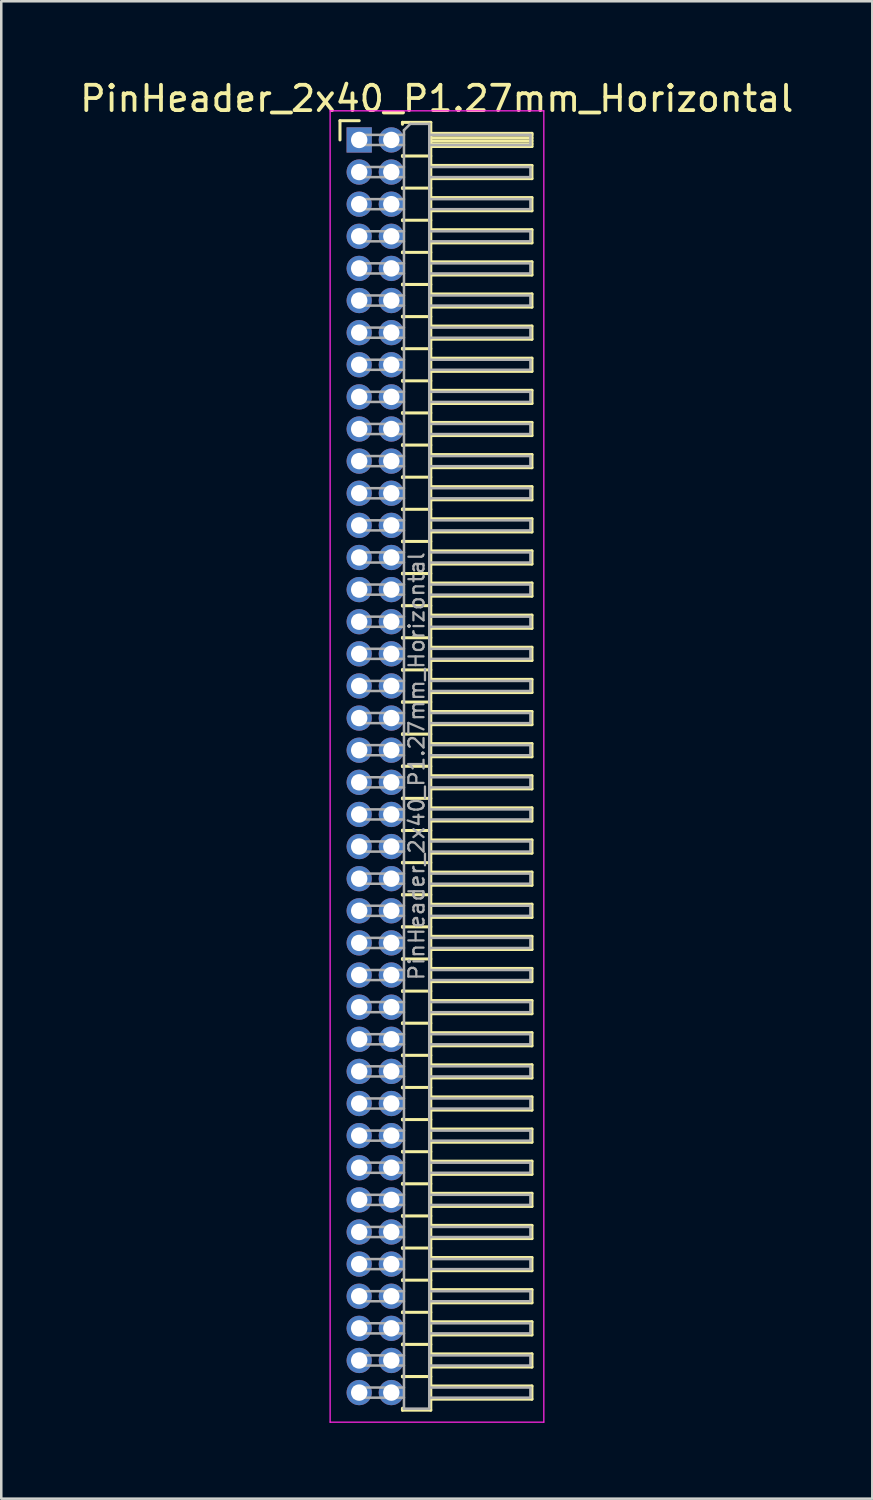
<source format=kicad_pcb>
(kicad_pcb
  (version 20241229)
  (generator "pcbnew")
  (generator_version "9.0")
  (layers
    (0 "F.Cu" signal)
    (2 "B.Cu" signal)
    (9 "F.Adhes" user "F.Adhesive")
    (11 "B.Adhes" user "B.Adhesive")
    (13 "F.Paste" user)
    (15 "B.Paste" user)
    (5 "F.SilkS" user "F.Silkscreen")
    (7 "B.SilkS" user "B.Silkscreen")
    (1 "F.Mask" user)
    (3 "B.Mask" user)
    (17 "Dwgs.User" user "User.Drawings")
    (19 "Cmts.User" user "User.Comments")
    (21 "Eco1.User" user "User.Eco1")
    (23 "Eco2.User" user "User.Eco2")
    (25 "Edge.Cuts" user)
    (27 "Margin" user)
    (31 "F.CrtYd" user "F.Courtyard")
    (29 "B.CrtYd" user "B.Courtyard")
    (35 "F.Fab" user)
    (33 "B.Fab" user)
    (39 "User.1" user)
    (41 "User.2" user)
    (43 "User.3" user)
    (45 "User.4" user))
  (footprint "PinHeader_2x40_P1.27mm_Horizontal"
    (layer "F.Cu")
    (at 11.153 2.483)
    (property "Reference" "PinHeader_2x40_P1.27mm_Horizontal" (at 3.067 -1.635 0) (layer "F.SilkS") (effects (font (size 1 1) (thickness 0.15))))
    (attr through_hole)
    (fp_line (start -0.76 -0.76) (end 0 -0.76) (stroke (width 0.12) (type solid)) (layer "F.SilkS"))
    (fp_line (start -0.76 0) (end -0.76 -0.76) (stroke (width 0.12) (type solid)) (layer "F.SilkS"))
    (fp_line (start 1.71 -0.695) (end 2.83 -0.695) (stroke (width 0.12) (type solid)) (layer "F.SilkS"))
    (fp_line (start 1.71 -0.62) (end 1.71 -0.695) (stroke (width 0.12) (type solid)) (layer "F.SilkS"))
    (fp_line (start 1.71 0.62) (end 1.71 0.65) (stroke (width 0.12) (type solid)) (layer "F.SilkS"))
    (fp_line (start 1.71 0.635) (end 2.83 0.635) (stroke (width 0.12) (type solid)) (layer "F.SilkS"))
    (fp_line (start 1.71 1.89) (end 1.71 1.92) (stroke (width 0.12) (type solid)) (layer "F.SilkS"))
    (fp_line (start 1.71 1.905) (end 2.83 1.905) (stroke (width 0.12) (type solid)) (layer "F.SilkS"))
    (fp_line (start 1.71 3.16) (end 1.71 3.19) (stroke (width 0.12) (type solid)) (layer "F.SilkS"))
    (fp_line (start 1.71 3.175) (end 2.83 3.175) (stroke (width 0.12) (type solid)) (layer "F.SilkS"))
    (fp_line (start 1.71 4.43) (end 1.71 4.46) (stroke (width 0.12) (type solid)) (layer "F.SilkS"))
    (fp_line (start 1.71 4.445) (end 2.83 4.445) (stroke (width 0.12) (type solid)) (layer "F.SilkS"))
    (fp_line (start 1.71 5.7) (end 1.71 5.73) (stroke (width 0.12) (type solid)) (layer "F.SilkS"))
    (fp_line (start 1.71 5.715) (end 2.83 5.715) (stroke (width 0.12) (type solid)) (layer "F.SilkS"))
    (fp_line (start 1.71 6.97) (end 1.71 7) (stroke (width 0.12) (type solid)) (layer "F.SilkS"))
    (fp_line (start 1.71 6.985) (end 2.83 6.985) (stroke (width 0.12) (type solid)) (layer "F.SilkS"))
    (fp_line (start 1.71 8.24) (end 1.71 8.27) (stroke (width 0.12) (type solid)) (layer "F.SilkS"))
    (fp_line (start 1.71 8.255) (end 2.83 8.255) (stroke (width 0.12) (type solid)) (layer "F.SilkS"))
    (fp_line (start 1.71 9.51) (end 1.71 9.54) (stroke (width 0.12) (type solid)) (layer "F.SilkS"))
    (fp_line (start 1.71 9.525) (end 2.83 9.525) (stroke (width 0.12) (type solid)) (layer "F.SilkS"))
    (fp_line (start 1.71 10.78) (end 1.71 10.81) (stroke (width 0.12) (type solid)) (layer "F.SilkS"))
    (fp_line (start 1.71 10.795) (end 2.83 10.795) (stroke (width 0.12) (type solid)) (layer "F.SilkS"))
    (fp_line (start 1.71 12.05) (end 1.71 12.08) (stroke (width 0.12) (type solid)) (layer "F.SilkS"))
    (fp_line (start 1.71 12.065) (end 2.83 12.065) (stroke (width 0.12) (type solid)) (layer "F.SilkS"))
    (fp_line (start 1.71 13.32) (end 1.71 13.35) (stroke (width 0.12) (type solid)) (layer "F.SilkS"))
    (fp_line (start 1.71 13.335) (end 2.83 13.335) (stroke (width 0.12) (type solid)) (layer "F.SilkS"))
    (fp_line (start 1.71 14.59) (end 1.71 14.62) (stroke (width 0.12) (type solid)) (layer "F.SilkS"))
    (fp_line (start 1.71 14.605) (end 2.83 14.605) (stroke (width 0.12) (type solid)) (layer "F.SilkS"))
    (fp_line (start 1.71 15.86) (end 1.71 15.89) (stroke (width 0.12) (type solid)) (layer "F.SilkS"))
    (fp_line (start 1.71 15.875) (end 2.83 15.875) (stroke (width 0.12) (type solid)) (layer "F.SilkS"))
    (fp_line (start 1.71 17.13) (end 1.71 17.16) (stroke (width 0.12) (type solid)) (layer "F.SilkS"))
    (fp_line (start 1.71 17.145) (end 2.83 17.145) (stroke (width 0.12) (type solid)) (layer "F.SilkS"))
    (fp_line (start 1.71 18.4) (end 1.71 18.43) (stroke (width 0.12) (type solid)) (layer "F.SilkS"))
    (fp_line (start 1.71 18.415) (end 2.83 18.415) (stroke (width 0.12) (type solid)) (layer "F.SilkS"))
    (fp_line (start 1.71 19.67) (end 1.71 19.7) (stroke (width 0.12) (type solid)) (layer "F.SilkS"))
    (fp_line (start 1.71 19.685) (end 2.83 19.685) (stroke (width 0.12) (type solid)) (layer "F.SilkS"))
    (fp_line (start 1.71 20.94) (end 1.71 20.97) (stroke (width 0.12) (type solid)) (layer "F.SilkS"))
    (fp_line (start 1.71 20.955) (end 2.83 20.955) (stroke (width 0.12) (type solid)) (layer "F.SilkS"))
    (fp_line (start 1.71 22.21) (end 1.71 22.24) (stroke (width 0.12) (type solid)) (layer "F.SilkS"))
    (fp_line (start 1.71 22.225) (end 2.83 22.225) (stroke (width 0.12) (type solid)) (layer "F.SilkS"))
    (fp_line (start 1.71 23.48) (end 1.71 23.51) (stroke (width 0.12) (type solid)) (layer "F.SilkS"))
    (fp_line (start 1.71 23.495) (end 2.83 23.495) (stroke (width 0.12) (type solid)) (layer "F.SilkS"))
    (fp_line (start 1.71 24.75) (end 1.71 24.78) (stroke (width 0.12) (type solid)) (layer "F.SilkS"))
    (fp_line (start 1.71 24.765) (end 2.83 24.765) (stroke (width 0.12) (type solid)) (layer "F.SilkS"))
    (fp_line (start 1.71 26.02) (end 1.71 26.05) (stroke (width 0.12) (type solid)) (layer "F.SilkS"))
    (fp_line (start 1.71 26.035) (end 2.83 26.035) (stroke (width 0.12) (type solid)) (layer "F.SilkS"))
    (fp_line (start 1.71 27.29) (end 1.71 27.32) (stroke (width 0.12) (type solid)) (layer "F.SilkS"))
    (fp_line (start 1.71 27.305) (end 2.83 27.305) (stroke (width 0.12) (type solid)) (layer "F.SilkS"))
    (fp_line (start 1.71 28.56) (end 1.71 28.59) (stroke (width 0.12) (type solid)) (layer "F.SilkS"))
    (fp_line (start 1.71 28.575) (end 2.83 28.575) (stroke (width 0.12) (type solid)) (layer "F.SilkS"))
    (fp_line (start 1.71 29.83) (end 1.71 29.86) (stroke (width 0.12) (type solid)) (layer "F.SilkS"))
    (fp_line (start 1.71 29.845) (end 2.83 29.845) (stroke (width 0.12) (type solid)) (layer "F.SilkS"))
    (fp_line (start 1.71 31.1) (end 1.71 31.13) (stroke (width 0.12) (type solid)) (layer "F.SilkS"))
    (fp_line (start 1.71 31.115) (end 2.83 31.115) (stroke (width 0.12) (type solid)) (layer "F.SilkS"))
    (fp_line (start 1.71 32.37) (end 1.71 32.4) (stroke (width 0.12) (type solid)) (layer "F.SilkS"))
    (fp_line (start 1.71 32.385) (end 2.83 32.385) (stroke (width 0.12) (type solid)) (layer "F.SilkS"))
    (fp_line (start 1.71 33.64) (end 1.71 33.67) (stroke (width 0.12) (type solid)) (layer "F.SilkS"))
    (fp_line (start 1.71 33.655) (end 2.83 33.655) (stroke (width 0.12) (type solid)) (layer "F.SilkS"))
    (fp_line (start 1.71 34.91) (end 1.71 34.94) (stroke (width 0.12) (type solid)) (layer "F.SilkS"))
    (fp_line (start 1.71 34.925) (end 2.83 34.925) (stroke (width 0.12) (type solid)) (layer "F.SilkS"))
    (fp_line (start 1.71 36.18) (end 1.71 36.21) (stroke (width 0.12) (type solid)) (layer "F.SilkS"))
    (fp_line (start 1.71 36.195) (end 2.83 36.195) (stroke (width 0.12) (type solid)) (layer "F.SilkS"))
    (fp_line (start 1.71 37.45) (end 1.71 37.48) (stroke (width 0.12) (type solid)) (layer "F.SilkS"))
    (fp_line (start 1.71 37.465) (end 2.83 37.465) (stroke (width 0.12) (type solid)) (layer "F.SilkS"))
    (fp_line (start 1.71 38.72) (end 1.71 38.75) (stroke (width 0.12) (type solid)) (layer "F.SilkS"))
    (fp_line (start 1.71 38.735) (end 2.83 38.735) (stroke (width 0.12) (type solid)) (layer "F.SilkS"))
    (fp_line (start 1.71 39.99) (end 1.71 40.02) (stroke (width 0.12) (type solid)) (layer "F.SilkS"))
    (fp_line (start 1.71 40.005) (end 2.83 40.005) (stroke (width 0.12) (type solid)) (layer "F.SilkS"))
    (fp_line (start 1.71 41.26) (end 1.71 41.29) (stroke (width 0.12) (type solid)) (layer "F.SilkS"))
    (fp_line (start 1.71 41.275) (end 2.83 41.275) (stroke (width 0.12) (type solid)) (layer "F.SilkS"))
    (fp_line (start 1.71 42.53) (end 1.71 42.56) (stroke (width 0.12) (type solid)) (layer "F.SilkS"))
    (fp_line (start 1.71 42.545) (end 2.83 42.545) (stroke (width 0.12) (type solid)) (layer "F.SilkS"))
    (fp_line (start 1.71 43.8) (end 1.71 43.83) (stroke (width 0.12) (type solid)) (layer "F.SilkS"))
    (fp_line (start 1.71 43.815) (end 2.83 43.815) (stroke (width 0.12) (type solid)) (layer "F.SilkS"))
    (fp_line (start 1.71 45.07) (end 1.71 45.1) (stroke (width 0.12) (type solid)) (layer "F.SilkS"))
    (fp_line (start 1.71 45.085) (end 2.83 45.085) (stroke (width 0.12) (type solid)) (layer "F.SilkS"))
    (fp_line (start 1.71 46.34) (end 1.71 46.37) (stroke (width 0.12) (type solid)) (layer "F.SilkS"))
    (fp_line (start 1.71 46.355) (end 2.83 46.355) (stroke (width 0.12) (type solid)) (layer "F.SilkS"))
    (fp_line (start 1.71 47.61) (end 1.71 47.64) (stroke (width 0.12) (type solid)) (layer "F.SilkS"))
    (fp_line (start 1.71 47.625) (end 2.83 47.625) (stroke (width 0.12) (type solid)) (layer "F.SilkS"))
    (fp_line (start 1.71 48.88) (end 1.71 48.91) (stroke (width 0.12) (type solid)) (layer "F.SilkS"))
    (fp_line (start 1.71 48.895) (end 2.83 48.895) (stroke (width 0.12) (type solid)) (layer "F.SilkS"))
    (fp_line (start 1.71 50.225) (end 1.71 50.15) (stroke (width 0.12) (type solid)) (layer "F.SilkS"))
    (fp_line (start 2.83 -0.695) (end 2.83 50.225) (stroke (width 0.12) (type solid)) (layer "F.SilkS"))
    (fp_line (start 2.83 -0.26) (end 6.83 -0.26) (stroke (width 0.12) (type solid)) (layer "F.SilkS"))
    (fp_line (start 2.83 -0.2) (end 6.83 -0.2) (stroke (width 0.12) (type solid)) (layer "F.SilkS"))
    (fp_line (start 2.83 -0.08) (end 6.83 -0.08) (stroke (width 0.12) (type solid)) (layer "F.SilkS"))
    (fp_line (start 2.83 0.04) (end 6.83 0.04) (stroke (width 0.12) (type solid)) (layer "F.SilkS"))
    (fp_line (start 2.83 0.16) (end 6.83 0.16) (stroke (width 0.12) (type solid)) (layer "F.SilkS"))
    (fp_line (start 2.83 1.01) (end 6.83 1.01) (stroke (width 0.12) (type solid)) (layer "F.SilkS"))
    (fp_line (start 2.83 2.28) (end 6.83 2.28) (stroke (width 0.12) (type solid)) (layer "F.SilkS"))
    (fp_line (start 2.83 3.55) (end 6.83 3.55) (stroke (width 0.12) (type solid)) (layer "F.SilkS"))
    (fp_line (start 2.83 4.82) (end 6.83 4.82) (stroke (width 0.12) (type solid)) (layer "F.SilkS"))
    (fp_line (start 2.83 6.09) (end 6.83 6.09) (stroke (width 0.12) (type solid)) (layer "F.SilkS"))
    (fp_line (start 2.83 7.36) (end 6.83 7.36) (stroke (width 0.12) (type solid)) (layer "F.SilkS"))
    (fp_line (start 2.83 8.63) (end 6.83 8.63) (stroke (width 0.12) (type solid)) (layer "F.SilkS"))
    (fp_line (start 2.83 9.9) (end 6.83 9.9) (stroke (width 0.12) (type solid)) (layer "F.SilkS"))
    (fp_line (start 2.83 11.17) (end 6.83 11.17) (stroke (width 0.12) (type solid)) (layer "F.SilkS"))
    (fp_line (start 2.83 12.44) (end 6.83 12.44) (stroke (width 0.12) (type solid)) (layer "F.SilkS"))
    (fp_line (start 2.83 13.71) (end 6.83 13.71) (stroke (width 0.12) (type solid)) (layer "F.SilkS"))
    (fp_line (start 2.83 14.98) (end 6.83 14.98) (stroke (width 0.12) (type solid)) (layer "F.SilkS"))
    (fp_line (start 2.83 16.25) (end 6.83 16.25) (stroke (width 0.12) (type solid)) (layer "F.SilkS"))
    (fp_line (start 2.83 17.52) (end 6.83 17.52) (stroke (width 0.12) (type solid)) (layer "F.SilkS"))
    (fp_line (start 2.83 18.79) (end 6.83 18.79) (stroke (width 0.12) (type solid)) (layer "F.SilkS"))
    (fp_line (start 2.83 20.06) (end 6.83 20.06) (stroke (width 0.12) (type solid)) (layer "F.SilkS"))
    (fp_line (start 2.83 21.33) (end 6.83 21.33) (stroke (width 0.12) (type solid)) (layer "F.SilkS"))
    (fp_line (start 2.83 22.6) (end 6.83 22.6) (stroke (width 0.12) (type solid)) (layer "F.SilkS"))
    (fp_line (start 2.83 23.87) (end 6.83 23.87) (stroke (width 0.12) (type solid)) (layer "F.SilkS"))
    (fp_line (start 2.83 25.14) (end 6.83 25.14) (stroke (width 0.12) (type solid)) (layer "F.SilkS"))
    (fp_line (start 2.83 26.41) (end 6.83 26.41) (stroke (width 0.12) (type solid)) (layer "F.SilkS"))
    (fp_line (start 2.83 27.68) (end 6.83 27.68) (stroke (width 0.12) (type solid)) (layer "F.SilkS"))
    (fp_line (start 2.83 28.95) (end 6.83 28.95) (stroke (width 0.12) (type solid)) (layer "F.SilkS"))
    (fp_line (start 2.83 30.22) (end 6.83 30.22) (stroke (width 0.12) (type solid)) (layer "F.SilkS"))
    (fp_line (start 2.83 31.49) (end 6.83 31.49) (stroke (width 0.12) (type solid)) (layer "F.SilkS"))
    (fp_line (start 2.83 32.76) (end 6.83 32.76) (stroke (width 0.12) (type solid)) (layer "F.SilkS"))
    (fp_line (start 2.83 34.03) (end 6.83 34.03) (stroke (width 0.12) (type solid)) (layer "F.SilkS"))
    (fp_line (start 2.83 35.3) (end 6.83 35.3) (stroke (width 0.12) (type solid)) (layer "F.SilkS"))
    (fp_line (start 2.83 36.57) (end 6.83 36.57) (stroke (width 0.12) (type solid)) (layer "F.SilkS"))
    (fp_line (start 2.83 37.84) (end 6.83 37.84) (stroke (width 0.12) (type solid)) (layer "F.SilkS"))
    (fp_line (start 2.83 39.11) (end 6.83 39.11) (stroke (width 0.12) (type solid)) (layer "F.SilkS"))
    (fp_line (start 2.83 40.38) (end 6.83 40.38) (stroke (width 0.12) (type solid)) (layer "F.SilkS"))
    (fp_line (start 2.83 41.65) (end 6.83 41.65) (stroke (width 0.12) (type solid)) (layer "F.SilkS"))
    (fp_line (start 2.83 42.92) (end 6.83 42.92) (stroke (width 0.12) (type solid)) (layer "F.SilkS"))
    (fp_line (start 2.83 44.19) (end 6.83 44.19) (stroke (width 0.12) (type solid)) (layer "F.SilkS"))
    (fp_line (start 2.83 45.46) (end 6.83 45.46) (stroke (width 0.12) (type solid)) (layer "F.SilkS"))
    (fp_line (start 2.83 46.73) (end 6.83 46.73) (stroke (width 0.12) (type solid)) (layer "F.SilkS"))
    (fp_line (start 2.83 48) (end 6.83 48) (stroke (width 0.12) (type solid)) (layer "F.SilkS"))
    (fp_line (start 2.83 49.27) (end 6.83 49.27) (stroke (width 0.12) (type solid)) (layer "F.SilkS"))
    (fp_line (start 2.83 50.225) (end 1.71 50.225) (stroke (width 0.12) (type solid)) (layer "F.SilkS"))
    (fp_line (start 6.83 -0.26) (end 6.83 0.26) (stroke (width 0.12) (type solid)) (layer "F.SilkS"))
    (fp_line (start 6.83 0.26) (end 2.83 0.26) (stroke (width 0.12) (type solid)) (layer "F.SilkS"))
    (fp_line (start 6.83 1.01) (end 6.83 1.53) (stroke (width 0.12) (type solid)) (layer "F.SilkS"))
    (fp_line (start 6.83 1.53) (end 2.83 1.53) (stroke (width 0.12) (type solid)) (layer "F.SilkS"))
    (fp_line (start 6.83 2.28) (end 6.83 2.8) (stroke (width 0.12) (type solid)) (layer "F.SilkS"))
    (fp_line (start 6.83 2.8) (end 2.83 2.8) (stroke (width 0.12) (type solid)) (layer "F.SilkS"))
    (fp_line (start 6.83 3.55) (end 6.83 4.07) (stroke (width 0.12) (type solid)) (layer "F.SilkS"))
    (fp_line (start 6.83 4.07) (end 2.83 4.07) (stroke (width 0.12) (type solid)) (layer "F.SilkS"))
    (fp_line (start 6.83 4.82) (end 6.83 5.34) (stroke (width 0.12) (type solid)) (layer "F.SilkS"))
    (fp_line (start 6.83 5.34) (end 2.83 5.34) (stroke (width 0.12) (type solid)) (layer "F.SilkS"))
    (fp_line (start 6.83 6.09) (end 6.83 6.61) (stroke (width 0.12) (type solid)) (layer "F.SilkS"))
    (fp_line (start 6.83 6.61) (end 2.83 6.61) (stroke (width 0.12) (type solid)) (layer "F.SilkS"))
    (fp_line (start 6.83 7.36) (end 6.83 7.88) (stroke (width 0.12) (type solid)) (layer "F.SilkS"))
    (fp_line (start 6.83 7.88) (end 2.83 7.88) (stroke (width 0.12) (type solid)) (layer "F.SilkS"))
    (fp_line (start 6.83 8.63) (end 6.83 9.15) (stroke (width 0.12) (type solid)) (layer "F.SilkS"))
    (fp_line (start 6.83 9.15) (end 2.83 9.15) (stroke (width 0.12) (type solid)) (layer "F.SilkS"))
    (fp_line (start 6.83 9.9) (end 6.83 10.42) (stroke (width 0.12) (type solid)) (layer "F.SilkS"))
    (fp_line (start 6.83 10.42) (end 2.83 10.42) (stroke (width 0.12) (type solid)) (layer "F.SilkS"))
    (fp_line (start 6.83 11.17) (end 6.83 11.69) (stroke (width 0.12) (type solid)) (layer "F.SilkS"))
    (fp_line (start 6.83 11.69) (end 2.83 11.69) (stroke (width 0.12) (type solid)) (layer "F.SilkS"))
    (fp_line (start 6.83 12.44) (end 6.83 12.96) (stroke (width 0.12) (type solid)) (layer "F.SilkS"))
    (fp_line (start 6.83 12.96) (end 2.83 12.96) (stroke (width 0.12) (type solid)) (layer "F.SilkS"))
    (fp_line (start 6.83 13.71) (end 6.83 14.23) (stroke (width 0.12) (type solid)) (layer "F.SilkS"))
    (fp_line (start 6.83 14.23) (end 2.83 14.23) (stroke (width 0.12) (type solid)) (layer "F.SilkS"))
    (fp_line (start 6.83 14.98) (end 6.83 15.5) (stroke (width 0.12) (type solid)) (layer "F.SilkS"))
    (fp_line (start 6.83 15.5) (end 2.83 15.5) (stroke (width 0.12) (type solid)) (layer "F.SilkS"))
    (fp_line (start 6.83 16.25) (end 6.83 16.77) (stroke (width 0.12) (type solid)) (layer "F.SilkS"))
    (fp_line (start 6.83 16.77) (end 2.83 16.77) (stroke (width 0.12) (type solid)) (layer "F.SilkS"))
    (fp_line (start 6.83 17.52) (end 6.83 18.04) (stroke (width 0.12) (type solid)) (layer "F.SilkS"))
    (fp_line (start 6.83 18.04) (end 2.83 18.04) (stroke (width 0.12) (type solid)) (layer "F.SilkS"))
    (fp_line (start 6.83 18.79) (end 6.83 19.31) (stroke (width 0.12) (type solid)) (layer "F.SilkS"))
    (fp_line (start 6.83 19.31) (end 2.83 19.31) (stroke (width 0.12) (type solid)) (layer "F.SilkS"))
    (fp_line (start 6.83 20.06) (end 6.83 20.58) (stroke (width 0.12) (type solid)) (layer "F.SilkS"))
    (fp_line (start 6.83 20.58) (end 2.83 20.58) (stroke (width 0.12) (type solid)) (layer "F.SilkS"))
    (fp_line (start 6.83 21.33) (end 6.83 21.85) (stroke (width 0.12) (type solid)) (layer "F.SilkS"))
    (fp_line (start 6.83 21.85) (end 2.83 21.85) (stroke (width 0.12) (type solid)) (layer "F.SilkS"))
    (fp_line (start 6.83 22.6) (end 6.83 23.12) (stroke (width 0.12) (type solid)) (layer "F.SilkS"))
    (fp_line (start 6.83 23.12) (end 2.83 23.12) (stroke (width 0.12) (type solid)) (layer "F.SilkS"))
    (fp_line (start 6.83 23.87) (end 6.83 24.39) (stroke (width 0.12) (type solid)) (layer "F.SilkS"))
    (fp_line (start 6.83 24.39) (end 2.83 24.39) (stroke (width 0.12) (type solid)) (layer "F.SilkS"))
    (fp_line (start 6.83 25.14) (end 6.83 25.66) (stroke (width 0.12) (type solid)) (layer "F.SilkS"))
    (fp_line (start 6.83 25.66) (end 2.83 25.66) (stroke (width 0.12) (type solid)) (layer "F.SilkS"))
    (fp_line (start 6.83 26.41) (end 6.83 26.93) (stroke (width 0.12) (type solid)) (layer "F.SilkS"))
    (fp_line (start 6.83 26.93) (end 2.83 26.93) (stroke (width 0.12) (type solid)) (layer "F.SilkS"))
    (fp_line (start 6.83 27.68) (end 6.83 28.2) (stroke (width 0.12) (type solid)) (layer "F.SilkS"))
    (fp_line (start 6.83 28.2) (end 2.83 28.2) (stroke (width 0.12) (type solid)) (layer "F.SilkS"))
    (fp_line (start 6.83 28.95) (end 6.83 29.47) (stroke (width 0.12) (type solid)) (layer "F.SilkS"))
    (fp_line (start 6.83 29.47) (end 2.83 29.47) (stroke (width 0.12) (type solid)) (layer "F.SilkS"))
    (fp_line (start 6.83 30.22) (end 6.83 30.74) (stroke (width 0.12) (type solid)) (layer "F.SilkS"))
    (fp_line (start 6.83 30.74) (end 2.83 30.74) (stroke (width 0.12) (type solid)) (layer "F.SilkS"))
    (fp_line (start 6.83 31.49) (end 6.83 32.01) (stroke (width 0.12) (type solid)) (layer "F.SilkS"))
    (fp_line (start 6.83 32.01) (end 2.83 32.01) (stroke (width 0.12) (type solid)) (layer "F.SilkS"))
    (fp_line (start 6.83 32.76) (end 6.83 33.28) (stroke (width 0.12) (type solid)) (layer "F.SilkS"))
    (fp_line (start 6.83 33.28) (end 2.83 33.28) (stroke (width 0.12) (type solid)) (layer "F.SilkS"))
    (fp_line (start 6.83 34.03) (end 6.83 34.55) (stroke (width 0.12) (type solid)) (layer "F.SilkS"))
    (fp_line (start 6.83 34.55) (end 2.83 34.55) (stroke (width 0.12) (type solid)) (layer "F.SilkS"))
    (fp_line (start 6.83 35.3) (end 6.83 35.82) (stroke (width 0.12) (type solid)) (layer "F.SilkS"))
    (fp_line (start 6.83 35.82) (end 2.83 35.82) (stroke (width 0.12) (type solid)) (layer "F.SilkS"))
    (fp_line (start 6.83 36.57) (end 6.83 37.09) (stroke (width 0.12) (type solid)) (layer "F.SilkS"))
    (fp_line (start 6.83 37.09) (end 2.83 37.09) (stroke (width 0.12) (type solid)) (layer "F.SilkS"))
    (fp_line (start 6.83 37.84) (end 6.83 38.36) (stroke (width 0.12) (type solid)) (layer "F.SilkS"))
    (fp_line (start 6.83 38.36) (end 2.83 38.36) (stroke (width 0.12) (type solid)) (layer "F.SilkS"))
    (fp_line (start 6.83 39.11) (end 6.83 39.63) (stroke (width 0.12) (type solid)) (layer "F.SilkS"))
    (fp_line (start 6.83 39.63) (end 2.83 39.63) (stroke (width 0.12) (type solid)) (layer "F.SilkS"))
    (fp_line (start 6.83 40.38) (end 6.83 40.9) (stroke (width 0.12) (type solid)) (layer "F.SilkS"))
    (fp_line (start 6.83 40.9) (end 2.83 40.9) (stroke (width 0.12) (type solid)) (layer "F.SilkS"))
    (fp_line (start 6.83 41.65) (end 6.83 42.17) (stroke (width 0.12) (type solid)) (layer "F.SilkS"))
    (fp_line (start 6.83 42.17) (end 2.83 42.17) (stroke (width 0.12) (type solid)) (layer "F.SilkS"))
    (fp_line (start 6.83 42.92) (end 6.83 43.44) (stroke (width 0.12) (type solid)) (layer "F.SilkS"))
    (fp_line (start 6.83 43.44) (end 2.83 43.44) (stroke (width 0.12) (type solid)) (layer "F.SilkS"))
    (fp_line (start 6.83 44.19) (end 6.83 44.71) (stroke (width 0.12) (type solid)) (layer "F.SilkS"))
    (fp_line (start 6.83 44.71) (end 2.83 44.71) (stroke (width 0.12) (type solid)) (layer "F.SilkS"))
    (fp_line (start 6.83 45.46) (end 6.83 45.98) (stroke (width 0.12) (type solid)) (layer "F.SilkS"))
    (fp_line (start 6.83 45.98) (end 2.83 45.98) (stroke (width 0.12) (type solid)) (layer "F.SilkS"))
    (fp_line (start 6.83 46.73) (end 6.83 47.25) (stroke (width 0.12) (type solid)) (layer "F.SilkS"))
    (fp_line (start 6.83 47.25) (end 2.83 47.25) (stroke (width 0.12) (type solid)) (layer "F.SilkS"))
    (fp_line (start 6.83 48) (end 6.83 48.52) (stroke (width 0.12) (type solid)) (layer "F.SilkS"))
    (fp_line (start 6.83 48.52) (end 2.83 48.52) (stroke (width 0.12) (type solid)) (layer "F.SilkS"))
    (fp_line (start 6.83 49.27) (end 6.83 49.79) (stroke (width 0.12) (type solid)) (layer "F.SilkS"))
    (fp_line (start 6.83 49.79) (end 2.83 49.79) (stroke (width 0.12) (type solid)) (layer "F.SilkS"))
    (fp_line (start -1.15 -1.15) (end -1.15 50.7) (stroke (width 0.05) (type solid)) (layer "F.CrtYd"))
    (fp_line (start -1.15 50.7) (end 7.3 50.7) (stroke (width 0.05) (type solid)) (layer "F.CrtYd"))
    (fp_line (start 7.3 -1.15) (end -1.15 -1.15) (stroke (width 0.05) (type solid)) (layer "F.CrtYd"))
    (fp_line (start 7.3 50.7) (end 7.3 -1.15) (stroke (width 0.05) (type solid)) (layer "F.CrtYd"))
    (fp_line (start -0.2 -0.2) (end -0.2 0.2) (stroke (width 0.1) (type solid)) (layer "F.Fab"))
    (fp_line (start -0.2 -0.2) (end 1.77 -0.2) (stroke (width 0.1) (type solid)) (layer "F.Fab"))
    (fp_line (start -0.2 0.2) (end 1.77 0.2) (stroke (width 0.1) (type solid)) (layer "F.Fab"))
    (fp_line (start -0.2 1.07) (end -0.2 1.47) (stroke (width 0.1) (type solid)) (layer "F.Fab"))
    (fp_line (start -0.2 1.07) (end 1.77 1.07) (stroke (width 0.1) (type solid)) (layer "F.Fab"))
    (fp_line (start -0.2 1.47) (end 1.77 1.47) (stroke (width 0.1) (type solid)) (layer "F.Fab"))
    (fp_line (start -0.2 2.34) (end -0.2 2.74) (stroke (width 0.1) (type solid)) (layer "F.Fab"))
    (fp_line (start -0.2 2.34) (end 1.77 2.34) (stroke (width 0.1) (type solid)) (layer "F.Fab"))
    (fp_line (start -0.2 2.74) (end 1.77 2.74) (stroke (width 0.1) (type solid)) (layer "F.Fab"))
    (fp_line (start -0.2 3.61) (end -0.2 4.01) (stroke (width 0.1) (type solid)) (layer "F.Fab"))
    (fp_line (start -0.2 3.61) (end 1.77 3.61) (stroke (width 0.1) (type solid)) (layer "F.Fab"))
    (fp_line (start -0.2 4.01) (end 1.77 4.01) (stroke (width 0.1) (type solid)) (layer "F.Fab"))
    (fp_line (start -0.2 4.88) (end -0.2 5.28) (stroke (width 0.1) (type solid)) (layer "F.Fab"))
    (fp_line (start -0.2 4.88) (end 1.77 4.88) (stroke (width 0.1) (type solid)) (layer "F.Fab"))
    (fp_line (start -0.2 5.28) (end 1.77 5.28) (stroke (width 0.1) (type solid)) (layer "F.Fab"))
    (fp_line (start -0.2 6.15) (end -0.2 6.55) (stroke (width 0.1) (type solid)) (layer "F.Fab"))
    (fp_line (start -0.2 6.15) (end 1.77 6.15) (stroke (width 0.1) (type solid)) (layer "F.Fab"))
    (fp_line (start -0.2 6.55) (end 1.77 6.55) (stroke (width 0.1) (type solid)) (layer "F.Fab"))
    (fp_line (start -0.2 7.42) (end -0.2 7.82) (stroke (width 0.1) (type solid)) (layer "F.Fab"))
    (fp_line (start -0.2 7.42) (end 1.77 7.42) (stroke (width 0.1) (type solid)) (layer "F.Fab"))
    (fp_line (start -0.2 7.82) (end 1.77 7.82) (stroke (width 0.1) (type solid)) (layer "F.Fab"))
    (fp_line (start -0.2 8.69) (end -0.2 9.09) (stroke (width 0.1) (type solid)) (layer "F.Fab"))
    (fp_line (start -0.2 8.69) (end 1.77 8.69) (stroke (width 0.1) (type solid)) (layer "F.Fab"))
    (fp_line (start -0.2 9.09) (end 1.77 9.09) (stroke (width 0.1) (type solid)) (layer "F.Fab"))
    (fp_line (start -0.2 9.96) (end -0.2 10.36) (stroke (width 0.1) (type solid)) (layer "F.Fab"))
    (fp_line (start -0.2 9.96) (end 1.77 9.96) (stroke (width 0.1) (type solid)) (layer "F.Fab"))
    (fp_line (start -0.2 10.36) (end 1.77 10.36) (stroke (width 0.1) (type solid)) (layer "F.Fab"))
    (fp_line (start -0.2 11.23) (end -0.2 11.63) (stroke (width 0.1) (type solid)) (layer "F.Fab"))
    (fp_line (start -0.2 11.23) (end 1.77 11.23) (stroke (width 0.1) (type solid)) (layer "F.Fab"))
    (fp_line (start -0.2 11.63) (end 1.77 11.63) (stroke (width 0.1) (type solid)) (layer "F.Fab"))
    (fp_line (start -0.2 12.5) (end -0.2 12.9) (stroke (width 0.1) (type solid)) (layer "F.Fab"))
    (fp_line (start -0.2 12.5) (end 1.77 12.5) (stroke (width 0.1) (type solid)) (layer "F.Fab"))
    (fp_line (start -0.2 12.9) (end 1.77 12.9) (stroke (width 0.1) (type solid)) (layer "F.Fab"))
    (fp_line (start -0.2 13.77) (end -0.2 14.17) (stroke (width 0.1) (type solid)) (layer "F.Fab"))
    (fp_line (start -0.2 13.77) (end 1.77 13.77) (stroke (width 0.1) (type solid)) (layer "F.Fab"))
    (fp_line (start -0.2 14.17) (end 1.77 14.17) (stroke (width 0.1) (type solid)) (layer "F.Fab"))
    (fp_line (start -0.2 15.04) (end -0.2 15.44) (stroke (width 0.1) (type solid)) (layer "F.Fab"))
    (fp_line (start -0.2 15.04) (end 1.77 15.04) (stroke (width 0.1) (type solid)) (layer "F.Fab"))
    (fp_line (start -0.2 15.44) (end 1.77 15.44) (stroke (width 0.1) (type solid)) (layer "F.Fab"))
    (fp_line (start -0.2 16.31) (end -0.2 16.71) (stroke (width 0.1) (type solid)) (layer "F.Fab"))
    (fp_line (start -0.2 16.31) (end 1.77 16.31) (stroke (width 0.1) (type solid)) (layer "F.Fab"))
    (fp_line (start -0.2 16.71) (end 1.77 16.71) (stroke (width 0.1) (type solid)) (layer "F.Fab"))
    (fp_line (start -0.2 17.58) (end -0.2 17.98) (stroke (width 0.1) (type solid)) (layer "F.Fab"))
    (fp_line (start -0.2 17.58) (end 1.77 17.58) (stroke (width 0.1) (type solid)) (layer "F.Fab"))
    (fp_line (start -0.2 17.98) (end 1.77 17.98) (stroke (width 0.1) (type solid)) (layer "F.Fab"))
    (fp_line (start -0.2 18.85) (end -0.2 19.25) (stroke (width 0.1) (type solid)) (layer "F.Fab"))
    (fp_line (start -0.2 18.85) (end 1.77 18.85) (stroke (width 0.1) (type solid)) (layer "F.Fab"))
    (fp_line (start -0.2 19.25) (end 1.77 19.25) (stroke (width 0.1) (type solid)) (layer "F.Fab"))
    (fp_line (start -0.2 20.12) (end -0.2 20.52) (stroke (width 0.1) (type solid)) (layer "F.Fab"))
    (fp_line (start -0.2 20.12) (end 1.77 20.12) (stroke (width 0.1) (type solid)) (layer "F.Fab"))
    (fp_line (start -0.2 20.52) (end 1.77 20.52) (stroke (width 0.1) (type solid)) (layer "F.Fab"))
    (fp_line (start -0.2 21.39) (end -0.2 21.79) (stroke (width 0.1) (type solid)) (layer "F.Fab"))
    (fp_line (start -0.2 21.39) (end 1.77 21.39) (stroke (width 0.1) (type solid)) (layer "F.Fab"))
    (fp_line (start -0.2 21.79) (end 1.77 21.79) (stroke (width 0.1) (type solid)) (layer "F.Fab"))
    (fp_line (start -0.2 22.66) (end -0.2 23.06) (stroke (width 0.1) (type solid)) (layer "F.Fab"))
    (fp_line (start -0.2 22.66) (end 1.77 22.66) (stroke (width 0.1) (type solid)) (layer "F.Fab"))
    (fp_line (start -0.2 23.06) (end 1.77 23.06) (stroke (width 0.1) (type solid)) (layer "F.Fab"))
    (fp_line (start -0.2 23.93) (end -0.2 24.33) (stroke (width 0.1) (type solid)) (layer "F.Fab"))
    (fp_line (start -0.2 23.93) (end 1.77 23.93) (stroke (width 0.1) (type solid)) (layer "F.Fab"))
    (fp_line (start -0.2 24.33) (end 1.77 24.33) (stroke (width 0.1) (type solid)) (layer "F.Fab"))
    (fp_line (start -0.2 25.2) (end -0.2 25.6) (stroke (width 0.1) (type solid)) (layer "F.Fab"))
    (fp_line (start -0.2 25.2) (end 1.77 25.2) (stroke (width 0.1) (type solid)) (layer "F.Fab"))
    (fp_line (start -0.2 25.6) (end 1.77 25.6) (stroke (width 0.1) (type solid)) (layer "F.Fab"))
    (fp_line (start -0.2 26.47) (end -0.2 26.87) (stroke (width 0.1) (type solid)) (layer "F.Fab"))
    (fp_line (start -0.2 26.47) (end 1.77 26.47) (stroke (width 0.1) (type solid)) (layer "F.Fab"))
    (fp_line (start -0.2 26.87) (end 1.77 26.87) (stroke (width 0.1) (type solid)) (layer "F.Fab"))
    (fp_line (start -0.2 27.74) (end -0.2 28.14) (stroke (width 0.1) (type solid)) (layer "F.Fab"))
    (fp_line (start -0.2 27.74) (end 1.77 27.74) (stroke (width 0.1) (type solid)) (layer "F.Fab"))
    (fp_line (start -0.2 28.14) (end 1.77 28.14) (stroke (width 0.1) (type solid)) (layer "F.Fab"))
    (fp_line (start -0.2 29.01) (end -0.2 29.41) (stroke (width 0.1) (type solid)) (layer "F.Fab"))
    (fp_line (start -0.2 29.01) (end 1.77 29.01) (stroke (width 0.1) (type solid)) (layer "F.Fab"))
    (fp_line (start -0.2 29.41) (end 1.77 29.41) (stroke (width 0.1) (type solid)) (layer "F.Fab"))
    (fp_line (start -0.2 30.28) (end -0.2 30.68) (stroke (width 0.1) (type solid)) (layer "F.Fab"))
    (fp_line (start -0.2 30.28) (end 1.77 30.28) (stroke (width 0.1) (type solid)) (layer "F.Fab"))
    (fp_line (start -0.2 30.68) (end 1.77 30.68) (stroke (width 0.1) (type solid)) (layer "F.Fab"))
    (fp_line (start -0.2 31.55) (end -0.2 31.95) (stroke (width 0.1) (type solid)) (layer "F.Fab"))
    (fp_line (start -0.2 31.55) (end 1.77 31.55) (stroke (width 0.1) (type solid)) (layer "F.Fab"))
    (fp_line (start -0.2 31.95) (end 1.77 31.95) (stroke (width 0.1) (type solid)) (layer "F.Fab"))
    (fp_line (start -0.2 32.82) (end -0.2 33.22) (stroke (width 0.1) (type solid)) (layer "F.Fab"))
    (fp_line (start -0.2 32.82) (end 1.77 32.82) (stroke (width 0.1) (type solid)) (layer "F.Fab"))
    (fp_line (start -0.2 33.22) (end 1.77 33.22) (stroke (width 0.1) (type solid)) (layer "F.Fab"))
    (fp_line (start -0.2 34.09) (end -0.2 34.49) (stroke (width 0.1) (type solid)) (layer "F.Fab"))
    (fp_line (start -0.2 34.09) (end 1.77 34.09) (stroke (width 0.1) (type solid)) (layer "F.Fab"))
    (fp_line (start -0.2 34.49) (end 1.77 34.49) (stroke (width 0.1) (type solid)) (layer "F.Fab"))
    (fp_line (start -0.2 35.36) (end -0.2 35.76) (stroke (width 0.1) (type solid)) (layer "F.Fab"))
    (fp_line (start -0.2 35.36) (end 1.77 35.36) (stroke (width 0.1) (type solid)) (layer "F.Fab"))
    (fp_line (start -0.2 35.76) (end 1.77 35.76) (stroke (width 0.1) (type solid)) (layer "F.Fab"))
    (fp_line (start -0.2 36.63) (end -0.2 37.03) (stroke (width 0.1) (type solid)) (layer "F.Fab"))
    (fp_line (start -0.2 36.63) (end 1.77 36.63) (stroke (width 0.1) (type solid)) (layer "F.Fab"))
    (fp_line (start -0.2 37.03) (end 1.77 37.03) (stroke (width 0.1) (type solid)) (layer "F.Fab"))
    (fp_line (start -0.2 37.9) (end -0.2 38.3) (stroke (width 0.1) (type solid)) (layer "F.Fab"))
    (fp_line (start -0.2 37.9) (end 1.77 37.9) (stroke (width 0.1) (type solid)) (layer "F.Fab"))
    (fp_line (start -0.2 38.3) (end 1.77 38.3) (stroke (width 0.1) (type solid)) (layer "F.Fab"))
    (fp_line (start -0.2 39.17) (end -0.2 39.57) (stroke (width 0.1) (type solid)) (layer "F.Fab"))
    (fp_line (start -0.2 39.17) (end 1.77 39.17) (stroke (width 0.1) (type solid)) (layer "F.Fab"))
    (fp_line (start -0.2 39.57) (end 1.77 39.57) (stroke (width 0.1) (type solid)) (layer "F.Fab"))
    (fp_line (start -0.2 40.44) (end -0.2 40.84) (stroke (width 0.1) (type solid)) (layer "F.Fab"))
    (fp_line (start -0.2 40.44) (end 1.77 40.44) (stroke (width 0.1) (type solid)) (layer "F.Fab"))
    (fp_line (start -0.2 40.84) (end 1.77 40.84) (stroke (width 0.1) (type solid)) (layer "F.Fab"))
    (fp_line (start -0.2 41.71) (end -0.2 42.11) (stroke (width 0.1) (type solid)) (layer "F.Fab"))
    (fp_line (start -0.2 41.71) (end 1.77 41.71) (stroke (width 0.1) (type solid)) (layer "F.Fab"))
    (fp_line (start -0.2 42.11) (end 1.77 42.11) (stroke (width 0.1) (type solid)) (layer "F.Fab"))
    (fp_line (start -0.2 42.98) (end -0.2 43.38) (stroke (width 0.1) (type solid)) (layer "F.Fab"))
    (fp_line (start -0.2 42.98) (end 1.77 42.98) (stroke (width 0.1) (type solid)) (layer "F.Fab"))
    (fp_line (start -0.2 43.38) (end 1.77 43.38) (stroke (width 0.1) (type solid)) (layer "F.Fab"))
    (fp_line (start -0.2 44.25) (end -0.2 44.65) (stroke (width 0.1) (type solid)) (layer "F.Fab"))
    (fp_line (start -0.2 44.25) (end 1.77 44.25) (stroke (width 0.1) (type solid)) (layer "F.Fab"))
    (fp_line (start -0.2 44.65) (end 1.77 44.65) (stroke (width 0.1) (type solid)) (layer "F.Fab"))
    (fp_line (start -0.2 45.52) (end -0.2 45.92) (stroke (width 0.1) (type solid)) (layer "F.Fab"))
    (fp_line (start -0.2 45.52) (end 1.77 45.52) (stroke (width 0.1) (type solid)) (layer "F.Fab"))
    (fp_line (start -0.2 45.92) (end 1.77 45.92) (stroke (width 0.1) (type solid)) (layer "F.Fab"))
    (fp_line (start -0.2 46.79) (end -0.2 47.19) (stroke (width 0.1) (type solid)) (layer "F.Fab"))
    (fp_line (start -0.2 46.79) (end 1.77 46.79) (stroke (width 0.1) (type solid)) (layer "F.Fab"))
    (fp_line (start -0.2 47.19) (end 1.77 47.19) (stroke (width 0.1) (type solid)) (layer "F.Fab"))
    (fp_line (start -0.2 48.06) (end -0.2 48.46) (stroke (width 0.1) (type solid)) (layer "F.Fab"))
    (fp_line (start -0.2 48.06) (end 1.77 48.06) (stroke (width 0.1) (type solid)) (layer "F.Fab"))
    (fp_line (start -0.2 48.46) (end 1.77 48.46) (stroke (width 0.1) (type solid)) (layer "F.Fab"))
    (fp_line (start -0.2 49.33) (end -0.2 49.73) (stroke (width 0.1) (type solid)) (layer "F.Fab"))
    (fp_line (start -0.2 49.33) (end 1.77 49.33) (stroke (width 0.1) (type solid)) (layer "F.Fab"))
    (fp_line (start -0.2 49.73) (end 1.77 49.73) (stroke (width 0.1) (type solid)) (layer "F.Fab"))
    (fp_line (start 1.77 -0.385) (end 2.02 -0.635) (stroke (width 0.1) (type solid)) (layer "F.Fab"))
    (fp_line (start 1.77 50.165) (end 1.77 -0.385) (stroke (width 0.1) (type solid)) (layer "F.Fab"))
    (fp_line (start 2.02 -0.635) (end 2.77 -0.635) (stroke (width 0.1) (type solid)) (layer "F.Fab"))
    (fp_line (start 2.77 -0.635) (end 2.77 50.165) (stroke (width 0.1) (type solid)) (layer "F.Fab"))
    (fp_line (start 2.77 -0.2) (end 6.77 -0.2) (stroke (width 0.1) (type solid)) (layer "F.Fab"))
    (fp_line (start 2.77 0.2) (end 6.77 0.2) (stroke (width 0.1) (type solid)) (layer "F.Fab"))
    (fp_line (start 2.77 1.07) (end 6.77 1.07) (stroke (width 0.1) (type solid)) (layer "F.Fab"))
    (fp_line (start 2.77 1.47) (end 6.77 1.47) (stroke (width 0.1) (type solid)) (layer "F.Fab"))
    (fp_line (start 2.77 2.34) (end 6.77 2.34) (stroke (width 0.1) (type solid)) (layer "F.Fab"))
    (fp_line (start 2.77 2.74) (end 6.77 2.74) (stroke (width 0.1) (type solid)) (layer "F.Fab"))
    (fp_line (start 2.77 3.61) (end 6.77 3.61) (stroke (width 0.1) (type solid)) (layer "F.Fab"))
    (fp_line (start 2.77 4.01) (end 6.77 4.01) (stroke (width 0.1) (type solid)) (layer "F.Fab"))
    (fp_line (start 2.77 4.88) (end 6.77 4.88) (stroke (width 0.1) (type solid)) (layer "F.Fab"))
    (fp_line (start 2.77 5.28) (end 6.77 5.28) (stroke (width 0.1) (type solid)) (layer "F.Fab"))
    (fp_line (start 2.77 6.15) (end 6.77 6.15) (stroke (width 0.1) (type solid)) (layer "F.Fab"))
    (fp_line (start 2.77 6.55) (end 6.77 6.55) (stroke (width 0.1) (type solid)) (layer "F.Fab"))
    (fp_line (start 2.77 7.42) (end 6.77 7.42) (stroke (width 0.1) (type solid)) (layer "F.Fab"))
    (fp_line (start 2.77 7.82) (end 6.77 7.82) (stroke (width 0.1) (type solid)) (layer "F.Fab"))
    (fp_line (start 2.77 8.69) (end 6.77 8.69) (stroke (width 0.1) (type solid)) (layer "F.Fab"))
    (fp_line (start 2.77 9.09) (end 6.77 9.09) (stroke (width 0.1) (type solid)) (layer "F.Fab"))
    (fp_line (start 2.77 9.96) (end 6.77 9.96) (stroke (width 0.1) (type solid)) (layer "F.Fab"))
    (fp_line (start 2.77 10.36) (end 6.77 10.36) (stroke (width 0.1) (type solid)) (layer "F.Fab"))
    (fp_line (start 2.77 11.23) (end 6.77 11.23) (stroke (width 0.1) (type solid)) (layer "F.Fab"))
    (fp_line (start 2.77 11.63) (end 6.77 11.63) (stroke (width 0.1) (type solid)) (layer "F.Fab"))
    (fp_line (start 2.77 12.5) (end 6.77 12.5) (stroke (width 0.1) (type solid)) (layer "F.Fab"))
    (fp_line (start 2.77 12.9) (end 6.77 12.9) (stroke (width 0.1) (type solid)) (layer "F.Fab"))
    (fp_line (start 2.77 13.77) (end 6.77 13.77) (stroke (width 0.1) (type solid)) (layer "F.Fab"))
    (fp_line (start 2.77 14.17) (end 6.77 14.17) (stroke (width 0.1) (type solid)) (layer "F.Fab"))
    (fp_line (start 2.77 15.04) (end 6.77 15.04) (stroke (width 0.1) (type solid)) (layer "F.Fab"))
    (fp_line (start 2.77 15.44) (end 6.77 15.44) (stroke (width 0.1) (type solid)) (layer "F.Fab"))
    (fp_line (start 2.77 16.31) (end 6.77 16.31) (stroke (width 0.1) (type solid)) (layer "F.Fab"))
    (fp_line (start 2.77 16.71) (end 6.77 16.71) (stroke (width 0.1) (type solid)) (layer "F.Fab"))
    (fp_line (start 2.77 17.58) (end 6.77 17.58) (stroke (width 0.1) (type solid)) (layer "F.Fab"))
    (fp_line (start 2.77 17.98) (end 6.77 17.98) (stroke (width 0.1) (type solid)) (layer "F.Fab"))
    (fp_line (start 2.77 18.85) (end 6.77 18.85) (stroke (width 0.1) (type solid)) (layer "F.Fab"))
    (fp_line (start 2.77 19.25) (end 6.77 19.25) (stroke (width 0.1) (type solid)) (layer "F.Fab"))
    (fp_line (start 2.77 20.12) (end 6.77 20.12) (stroke (width 0.1) (type solid)) (layer "F.Fab"))
    (fp_line (start 2.77 20.52) (end 6.77 20.52) (stroke (width 0.1) (type solid)) (layer "F.Fab"))
    (fp_line (start 2.77 21.39) (end 6.77 21.39) (stroke (width 0.1) (type solid)) (layer "F.Fab"))
    (fp_line (start 2.77 21.79) (end 6.77 21.79) (stroke (width 0.1) (type solid)) (layer "F.Fab"))
    (fp_line (start 2.77 22.66) (end 6.77 22.66) (stroke (width 0.1) (type solid)) (layer "F.Fab"))
    (fp_line (start 2.77 23.06) (end 6.77 23.06) (stroke (width 0.1) (type solid)) (layer "F.Fab"))
    (fp_line (start 2.77 23.93) (end 6.77 23.93) (stroke (width 0.1) (type solid)) (layer "F.Fab"))
    (fp_line (start 2.77 24.33) (end 6.77 24.33) (stroke (width 0.1) (type solid)) (layer "F.Fab"))
    (fp_line (start 2.77 25.2) (end 6.77 25.2) (stroke (width 0.1) (type solid)) (layer "F.Fab"))
    (fp_line (start 2.77 25.6) (end 6.77 25.6) (stroke (width 0.1) (type solid)) (layer "F.Fab"))
    (fp_line (start 2.77 26.47) (end 6.77 26.47) (stroke (width 0.1) (type solid)) (layer "F.Fab"))
    (fp_line (start 2.77 26.87) (end 6.77 26.87) (stroke (width 0.1) (type solid)) (layer "F.Fab"))
    (fp_line (start 2.77 27.74) (end 6.77 27.74) (stroke (width 0.1) (type solid)) (layer "F.Fab"))
    (fp_line (start 2.77 28.14) (end 6.77 28.14) (stroke (width 0.1) (type solid)) (layer "F.Fab"))
    (fp_line (start 2.77 29.01) (end 6.77 29.01) (stroke (width 0.1) (type solid)) (layer "F.Fab"))
    (fp_line (start 2.77 29.41) (end 6.77 29.41) (stroke (width 0.1) (type solid)) (layer "F.Fab"))
    (fp_line (start 2.77 30.28) (end 6.77 30.28) (stroke (width 0.1) (type solid)) (layer "F.Fab"))
    (fp_line (start 2.77 30.68) (end 6.77 30.68) (stroke (width 0.1) (type solid)) (layer "F.Fab"))
    (fp_line (start 2.77 31.55) (end 6.77 31.55) (stroke (width 0.1) (type solid)) (layer "F.Fab"))
    (fp_line (start 2.77 31.95) (end 6.77 31.95) (stroke (width 0.1) (type solid)) (layer "F.Fab"))
    (fp_line (start 2.77 32.82) (end 6.77 32.82) (stroke (width 0.1) (type solid)) (layer "F.Fab"))
    (fp_line (start 2.77 33.22) (end 6.77 33.22) (stroke (width 0.1) (type solid)) (layer "F.Fab"))
    (fp_line (start 2.77 34.09) (end 6.77 34.09) (stroke (width 0.1) (type solid)) (layer "F.Fab"))
    (fp_line (start 2.77 34.49) (end 6.77 34.49) (stroke (width 0.1) (type solid)) (layer "F.Fab"))
    (fp_line (start 2.77 35.36) (end 6.77 35.36) (stroke (width 0.1) (type solid)) (layer "F.Fab"))
    (fp_line (start 2.77 35.76) (end 6.77 35.76) (stroke (width 0.1) (type solid)) (layer "F.Fab"))
    (fp_line (start 2.77 36.63) (end 6.77 36.63) (stroke (width 0.1) (type solid)) (layer "F.Fab"))
    (fp_line (start 2.77 37.03) (end 6.77 37.03) (stroke (width 0.1) (type solid)) (layer "F.Fab"))
    (fp_line (start 2.77 37.9) (end 6.77 37.9) (stroke (width 0.1) (type solid)) (layer "F.Fab"))
    (fp_line (start 2.77 38.3) (end 6.77 38.3) (stroke (width 0.1) (type solid)) (layer "F.Fab"))
    (fp_line (start 2.77 39.17) (end 6.77 39.17) (stroke (width 0.1) (type solid)) (layer "F.Fab"))
    (fp_line (start 2.77 39.57) (end 6.77 39.57) (stroke (width 0.1) (type solid)) (layer "F.Fab"))
    (fp_line (start 2.77 40.44) (end 6.77 40.44) (stroke (width 0.1) (type solid)) (layer "F.Fab"))
    (fp_line (start 2.77 40.84) (end 6.77 40.84) (stroke (width 0.1) (type solid)) (layer "F.Fab"))
    (fp_line (start 2.77 41.71) (end 6.77 41.71) (stroke (width 0.1) (type solid)) (layer "F.Fab"))
    (fp_line (start 2.77 42.11) (end 6.77 42.11) (stroke (width 0.1) (type solid)) (layer "F.Fab"))
    (fp_line (start 2.77 42.98) (end 6.77 42.98) (stroke (width 0.1) (type solid)) (layer "F.Fab"))
    (fp_line (start 2.77 43.38) (end 6.77 43.38) (stroke (width 0.1) (type solid)) (layer "F.Fab"))
    (fp_line (start 2.77 44.25) (end 6.77 44.25) (stroke (width 0.1) (type solid)) (layer "F.Fab"))
    (fp_line (start 2.77 44.65) (end 6.77 44.65) (stroke (width 0.1) (type solid)) (layer "F.Fab"))
    (fp_line (start 2.77 45.52) (end 6.77 45.52) (stroke (width 0.1) (type solid)) (layer "F.Fab"))
    (fp_line (start 2.77 45.92) (end 6.77 45.92) (stroke (width 0.1) (type solid)) (layer "F.Fab"))
    (fp_line (start 2.77 46.79) (end 6.77 46.79) (stroke (width 0.1) (type solid)) (layer "F.Fab"))
    (fp_line (start 2.77 47.19) (end 6.77 47.19) (stroke (width 0.1) (type solid)) (layer "F.Fab"))
    (fp_line (start 2.77 48.06) (end 6.77 48.06) (stroke (width 0.1) (type solid)) (layer "F.Fab"))
    (fp_line (start 2.77 48.46) (end 6.77 48.46) (stroke (width 0.1) (type solid)) (layer "F.Fab"))
    (fp_line (start 2.77 49.33) (end 6.77 49.33) (stroke (width 0.1) (type solid)) (layer "F.Fab"))
    (fp_line (start 2.77 49.73) (end 6.77 49.73) (stroke (width 0.1) (type solid)) (layer "F.Fab"))
    (fp_line (start 2.77 50.165) (end 1.77 50.165) (stroke (width 0.1) (type solid)) (layer "F.Fab"))
    (fp_line (start 6.77 -0.2) (end 6.77 0.2) (stroke (width 0.1) (type solid)) (layer "F.Fab"))
    (fp_line (start 6.77 1.07) (end 6.77 1.47) (stroke (width 0.1) (type solid)) (layer "F.Fab"))
    (fp_line (start 6.77 2.34) (end 6.77 2.74) (stroke (width 0.1) (type solid)) (layer "F.Fab"))
    (fp_line (start 6.77 3.61) (end 6.77 4.01) (stroke (width 0.1) (type solid)) (layer "F.Fab"))
    (fp_line (start 6.77 4.88) (end 6.77 5.28) (stroke (width 0.1) (type solid)) (layer "F.Fab"))
    (fp_line (start 6.77 6.15) (end 6.77 6.55) (stroke (width 0.1) (type solid)) (layer "F.Fab"))
    (fp_line (start 6.77 7.42) (end 6.77 7.82) (stroke (width 0.1) (type solid)) (layer "F.Fab"))
    (fp_line (start 6.77 8.69) (end 6.77 9.09) (stroke (width 0.1) (type solid)) (layer "F.Fab"))
    (fp_line (start 6.77 9.96) (end 6.77 10.36) (stroke (width 0.1) (type solid)) (layer "F.Fab"))
    (fp_line (start 6.77 11.23) (end 6.77 11.63) (stroke (width 0.1) (type solid)) (layer "F.Fab"))
    (fp_line (start 6.77 12.5) (end 6.77 12.9) (stroke (width 0.1) (type solid)) (layer "F.Fab"))
    (fp_line (start 6.77 13.77) (end 6.77 14.17) (stroke (width 0.1) (type solid)) (layer "F.Fab"))
    (fp_line (start 6.77 15.04) (end 6.77 15.44) (stroke (width 0.1) (type solid)) (layer "F.Fab"))
    (fp_line (start 6.77 16.31) (end 6.77 16.71) (stroke (width 0.1) (type solid)) (layer "F.Fab"))
    (fp_line (start 6.77 17.58) (end 6.77 17.98) (stroke (width 0.1) (type solid)) (layer "F.Fab"))
    (fp_line (start 6.77 18.85) (end 6.77 19.25) (stroke (width 0.1) (type solid)) (layer "F.Fab"))
    (fp_line (start 6.77 20.12) (end 6.77 20.52) (stroke (width 0.1) (type solid)) (layer "F.Fab"))
    (fp_line (start 6.77 21.39) (end 6.77 21.79) (stroke (width 0.1) (type solid)) (layer "F.Fab"))
    (fp_line (start 6.77 22.66) (end 6.77 23.06) (stroke (width 0.1) (type solid)) (layer "F.Fab"))
    (fp_line (start 6.77 23.93) (end 6.77 24.33) (stroke (width 0.1) (type solid)) (layer "F.Fab"))
    (fp_line (start 6.77 25.2) (end 6.77 25.6) (stroke (width 0.1) (type solid)) (layer "F.Fab"))
    (fp_line (start 6.77 26.47) (end 6.77 26.87) (stroke (width 0.1) (type solid)) (layer "F.Fab"))
    (fp_line (start 6.77 27.74) (end 6.77 28.14) (stroke (width 0.1) (type solid)) (layer "F.Fab"))
    (fp_line (start 6.77 29.01) (end 6.77 29.41) (stroke (width 0.1) (type solid)) (layer "F.Fab"))
    (fp_line (start 6.77 30.28) (end 6.77 30.68) (stroke (width 0.1) (type solid)) (layer "F.Fab"))
    (fp_line (start 6.77 31.55) (end 6.77 31.95) (stroke (width 0.1) (type solid)) (layer "F.Fab"))
    (fp_line (start 6.77 32.82) (end 6.77 33.22) (stroke (width 0.1) (type solid)) (layer "F.Fab"))
    (fp_line (start 6.77 34.09) (end 6.77 34.49) (stroke (width 0.1) (type solid)) (layer "F.Fab"))
    (fp_line (start 6.77 35.36) (end 6.77 35.76) (stroke (width 0.1) (type solid)) (layer "F.Fab"))
    (fp_line (start 6.77 36.63) (end 6.77 37.03) (stroke (width 0.1) (type solid)) (layer "F.Fab"))
    (fp_line (start 6.77 37.9) (end 6.77 38.3) (stroke (width 0.1) (type solid)) (layer "F.Fab"))
    (fp_line (start 6.77 39.17) (end 6.77 39.57) (stroke (width 0.1) (type solid)) (layer "F.Fab"))
    (fp_line (start 6.77 40.44) (end 6.77 40.84) (stroke (width 0.1) (type solid)) (layer "F.Fab"))
    (fp_line (start 6.77 41.71) (end 6.77 42.11) (stroke (width 0.1) (type solid)) (layer "F.Fab"))
    (fp_line (start 6.77 42.98) (end 6.77 43.38) (stroke (width 0.1) (type solid)) (layer "F.Fab"))
    (fp_line (start 6.77 44.25) (end 6.77 44.65) (stroke (width 0.1) (type solid)) (layer "F.Fab"))
    (fp_line (start 6.77 45.52) (end 6.77 45.92) (stroke (width 0.1) (type solid)) (layer "F.Fab"))
    (fp_line (start 6.77 46.79) (end 6.77 47.19) (stroke (width 0.1) (type solid)) (layer "F.Fab"))
    (fp_line (start 6.77 48.06) (end 6.77 48.46) (stroke (width 0.1) (type solid)) (layer "F.Fab"))
    (fp_line (start 6.77 49.33) (end 6.77 49.73) (stroke (width 0.1) (type solid)) (layer "F.Fab"))
    (fp_text user "${REFERENCE}" (at 2.27 24.765 90) (layer "F.Fab") (effects (font (size 0.6 0.6) (thickness 0.09))))
    (pad "1" thru_hole rect (at 0 0) (size 1 1) (drill 0.65) (layers "*.Cu" "*.Mask"))
    (pad "2" thru_hole oval (at 1.27 0) (size 1 1) (drill 0.65) (layers "*.Cu" "*.Mask"))
    (pad "3" thru_hole oval (at 0 1.27) (size 1 1) (drill 0.65) (layers "*.Cu" "*.Mask"))
    (pad "4" thru_hole oval (at 1.27 1.27) (size 1 1) (drill 0.65) (layers "*.Cu" "*.Mask"))
    (pad "5" thru_hole oval (at 0 2.54) (size 1 1) (drill 0.65) (layers "*.Cu" "*.Mask"))
    (pad "6" thru_hole oval (at 1.27 2.54) (size 1 1) (drill 0.65) (layers "*.Cu" "*.Mask"))
    (pad "7" thru_hole oval (at 0 3.81) (size 1 1) (drill 0.65) (layers "*.Cu" "*.Mask"))
    (pad "8" thru_hole oval (at 1.27 3.81) (size 1 1) (drill 0.65) (layers "*.Cu" "*.Mask"))
    (pad "9" thru_hole oval (at 0 5.08) (size 1 1) (drill 0.65) (layers "*.Cu" "*.Mask"))
    (pad "10" thru_hole oval (at 1.27 5.08) (size 1 1) (drill 0.65) (layers "*.Cu" "*.Mask"))
    (pad "11" thru_hole oval (at 0 6.35) (size 1 1) (drill 0.65) (layers "*.Cu" "*.Mask"))
    (pad "12" thru_hole oval (at 1.27 6.35) (size 1 1) (drill 0.65) (layers "*.Cu" "*.Mask"))
    (pad "13" thru_hole oval (at 0 7.62) (size 1 1) (drill 0.65) (layers "*.Cu" "*.Mask"))
    (pad "14" thru_hole oval (at 1.27 7.62) (size 1 1) (drill 0.65) (layers "*.Cu" "*.Mask"))
    (pad "15" thru_hole oval (at 0 8.89) (size 1 1) (drill 0.65) (layers "*.Cu" "*.Mask"))
    (pad "16" thru_hole oval (at 1.27 8.89) (size 1 1) (drill 0.65) (layers "*.Cu" "*.Mask"))
    (pad "17" thru_hole oval (at 0 10.16) (size 1 1) (drill 0.65) (layers "*.Cu" "*.Mask"))
    (pad "18" thru_hole oval (at 1.27 10.16) (size 1 1) (drill 0.65) (layers "*.Cu" "*.Mask"))
    (pad "19" thru_hole oval (at 0 11.43) (size 1 1) (drill 0.65) (layers "*.Cu" "*.Mask"))
    (pad "20" thru_hole oval (at 1.27 11.43) (size 1 1) (drill 0.65) (layers "*.Cu" "*.Mask"))
    (pad "21" thru_hole oval (at 0 12.7) (size 1 1) (drill 0.65) (layers "*.Cu" "*.Mask"))
    (pad "22" thru_hole oval (at 1.27 12.7) (size 1 1) (drill 0.65) (layers "*.Cu" "*.Mask"))
    (pad "23" thru_hole oval (at 0 13.97) (size 1 1) (drill 0.65) (layers "*.Cu" "*.Mask"))
    (pad "24" thru_hole oval (at 1.27 13.97) (size 1 1) (drill 0.65) (layers "*.Cu" "*.Mask"))
    (pad "25" thru_hole oval (at 0 15.24) (size 1 1) (drill 0.65) (layers "*.Cu" "*.Mask"))
    (pad "26" thru_hole oval (at 1.27 15.24) (size 1 1) (drill 0.65) (layers "*.Cu" "*.Mask"))
    (pad "27" thru_hole oval (at 0 16.51) (size 1 1) (drill 0.65) (layers "*.Cu" "*.Mask"))
    (pad "28" thru_hole oval (at 1.27 16.51) (size 1 1) (drill 0.65) (layers "*.Cu" "*.Mask"))
    (pad "29" thru_hole oval (at 0 17.78) (size 1 1) (drill 0.65) (layers "*.Cu" "*.Mask"))
    (pad "30" thru_hole oval (at 1.27 17.78) (size 1 1) (drill 0.65) (layers "*.Cu" "*.Mask"))
    (pad "31" thru_hole oval (at 0 19.05) (size 1 1) (drill 0.65) (layers "*.Cu" "*.Mask"))
    (pad "32" thru_hole oval (at 1.27 19.05) (size 1 1) (drill 0.65) (layers "*.Cu" "*.Mask"))
    (pad "33" thru_hole oval (at 0 20.32) (size 1 1) (drill 0.65) (layers "*.Cu" "*.Mask"))
    (pad "34" thru_hole oval (at 1.27 20.32) (size 1 1) (drill 0.65) (layers "*.Cu" "*.Mask"))
    (pad "35" thru_hole oval (at 0 21.59) (size 1 1) (drill 0.65) (layers "*.Cu" "*.Mask"))
    (pad "36" thru_hole oval (at 1.27 21.59) (size 1 1) (drill 0.65) (layers "*.Cu" "*.Mask"))
    (pad "37" thru_hole oval (at 0 22.86) (size 1 1) (drill 0.65) (layers "*.Cu" "*.Mask"))
    (pad "38" thru_hole oval (at 1.27 22.86) (size 1 1) (drill 0.65) (layers "*.Cu" "*.Mask"))
    (pad "39" thru_hole oval (at 0 24.13) (size 1 1) (drill 0.65) (layers "*.Cu" "*.Mask"))
    (pad "40" thru_hole oval (at 1.27 24.13) (size 1 1) (drill 0.65) (layers "*.Cu" "*.Mask"))
    (pad "41" thru_hole oval (at 0 25.4) (size 1 1) (drill 0.65) (layers "*.Cu" "*.Mask"))
    (pad "42" thru_hole oval (at 1.27 25.4) (size 1 1) (drill 0.65) (layers "*.Cu" "*.Mask"))
    (pad "43" thru_hole oval (at 0 26.67) (size 1 1) (drill 0.65) (layers "*.Cu" "*.Mask"))
    (pad "44" thru_hole oval (at 1.27 26.67) (size 1 1) (drill 0.65) (layers "*.Cu" "*.Mask"))
    (pad "45" thru_hole oval (at 0 27.94) (size 1 1) (drill 0.65) (layers "*.Cu" "*.Mask"))
    (pad "46" thru_hole oval (at 1.27 27.94) (size 1 1) (drill 0.65) (layers "*.Cu" "*.Mask"))
    (pad "47" thru_hole oval (at 0 29.21) (size 1 1) (drill 0.65) (layers "*.Cu" "*.Mask"))
    (pad "48" thru_hole oval (at 1.27 29.21) (size 1 1) (drill 0.65) (layers "*.Cu" "*.Mask"))
    (pad "49" thru_hole oval (at 0 30.48) (size 1 1) (drill 0.65) (layers "*.Cu" "*.Mask"))
    (pad "50" thru_hole oval (at 1.27 30.48) (size 1 1) (drill 0.65) (layers "*.Cu" "*.Mask"))
    (pad "51" thru_hole oval (at 0 31.75) (size 1 1) (drill 0.65) (layers "*.Cu" "*.Mask"))
    (pad "52" thru_hole oval (at 1.27 31.75) (size 1 1) (drill 0.65) (layers "*.Cu" "*.Mask"))
    (pad "53" thru_hole oval (at 0 33.02) (size 1 1) (drill 0.65) (layers "*.Cu" "*.Mask"))
    (pad "54" thru_hole oval (at 1.27 33.02) (size 1 1) (drill 0.65) (layers "*.Cu" "*.Mask"))
    (pad "55" thru_hole oval (at 0 34.29) (size 1 1) (drill 0.65) (layers "*.Cu" "*.Mask"))
    (pad "56" thru_hole oval (at 1.27 34.29) (size 1 1) (drill 0.65) (layers "*.Cu" "*.Mask"))
    (pad "57" thru_hole oval (at 0 35.56) (size 1 1) (drill 0.65) (layers "*.Cu" "*.Mask"))
    (pad "58" thru_hole oval (at 1.27 35.56) (size 1 1) (drill 0.65) (layers "*.Cu" "*.Mask"))
    (pad "59" thru_hole oval (at 0 36.83) (size 1 1) (drill 0.65) (layers "*.Cu" "*.Mask"))
    (pad "60" thru_hole oval (at 1.27 36.83) (size 1 1) (drill 0.65) (layers "*.Cu" "*.Mask"))
    (pad "61" thru_hole oval (at 0 38.1) (size 1 1) (drill 0.65) (layers "*.Cu" "*.Mask"))
    (pad "62" thru_hole oval (at 1.27 38.1) (size 1 1) (drill 0.65) (layers "*.Cu" "*.Mask"))
    (pad "63" thru_hole oval (at 0 39.37) (size 1 1) (drill 0.65) (layers "*.Cu" "*.Mask"))
    (pad "64" thru_hole oval (at 1.27 39.37) (size 1 1) (drill 0.65) (layers "*.Cu" "*.Mask"))
    (pad "65" thru_hole oval (at 0 40.64) (size 1 1) (drill 0.65) (layers "*.Cu" "*.Mask"))
    (pad "66" thru_hole oval (at 1.27 40.64) (size 1 1) (drill 0.65) (layers "*.Cu" "*.Mask"))
    (pad "67" thru_hole oval (at 0 41.91) (size 1 1) (drill 0.65) (layers "*.Cu" "*.Mask"))
    (pad "68" thru_hole oval (at 1.27 41.91) (size 1 1) (drill 0.65) (layers "*.Cu" "*.Mask"))
    (pad "69" thru_hole oval (at 0 43.18) (size 1 1) (drill 0.65) (layers "*.Cu" "*.Mask"))
    (pad "70" thru_hole oval (at 1.27 43.18) (size 1 1) (drill 0.65) (layers "*.Cu" "*.Mask"))
    (pad "71" thru_hole oval (at 0 44.45) (size 1 1) (drill 0.65) (layers "*.Cu" "*.Mask"))
    (pad "72" thru_hole oval (at 1.27 44.45) (size 1 1) (drill 0.65) (layers "*.Cu" "*.Mask"))
    (pad "73" thru_hole oval (at 0 45.72) (size 1 1) (drill 0.65) (layers "*.Cu" "*.Mask"))
    (pad "74" thru_hole oval (at 1.27 45.72) (size 1 1) (drill 0.65) (layers "*.Cu" "*.Mask"))
    (pad "75" thru_hole oval (at 0 46.99) (size 1 1) (drill 0.65) (layers "*.Cu" "*.Mask"))
    (pad "76" thru_hole oval (at 1.27 46.99) (size 1 1) (drill 0.65) (layers "*.Cu" "*.Mask"))
    (pad "77" thru_hole oval (at 0 48.26) (size 1 1) (drill 0.65) (layers "*.Cu" "*.Mask"))
    (pad "78" thru_hole oval (at 1.27 48.26) (size 1 1) (drill 0.65) (layers "*.Cu" "*.Mask"))
    (pad "79" thru_hole oval (at 0 49.53) (size 1 1) (drill 0.65) (layers "*.Cu" "*.Mask"))
    (pad "80" thru_hole oval (at 1.27 49.53) (size 1 1) (drill 0.65) (layers "*.Cu" "*.Mask")))
  (gr_rect
    (start -3 -3)
    (end 31.44 56.208)
    (stroke (width 0.1) (type default))
    (fill no)
    (layer "Edge.Cuts")))
</source>
